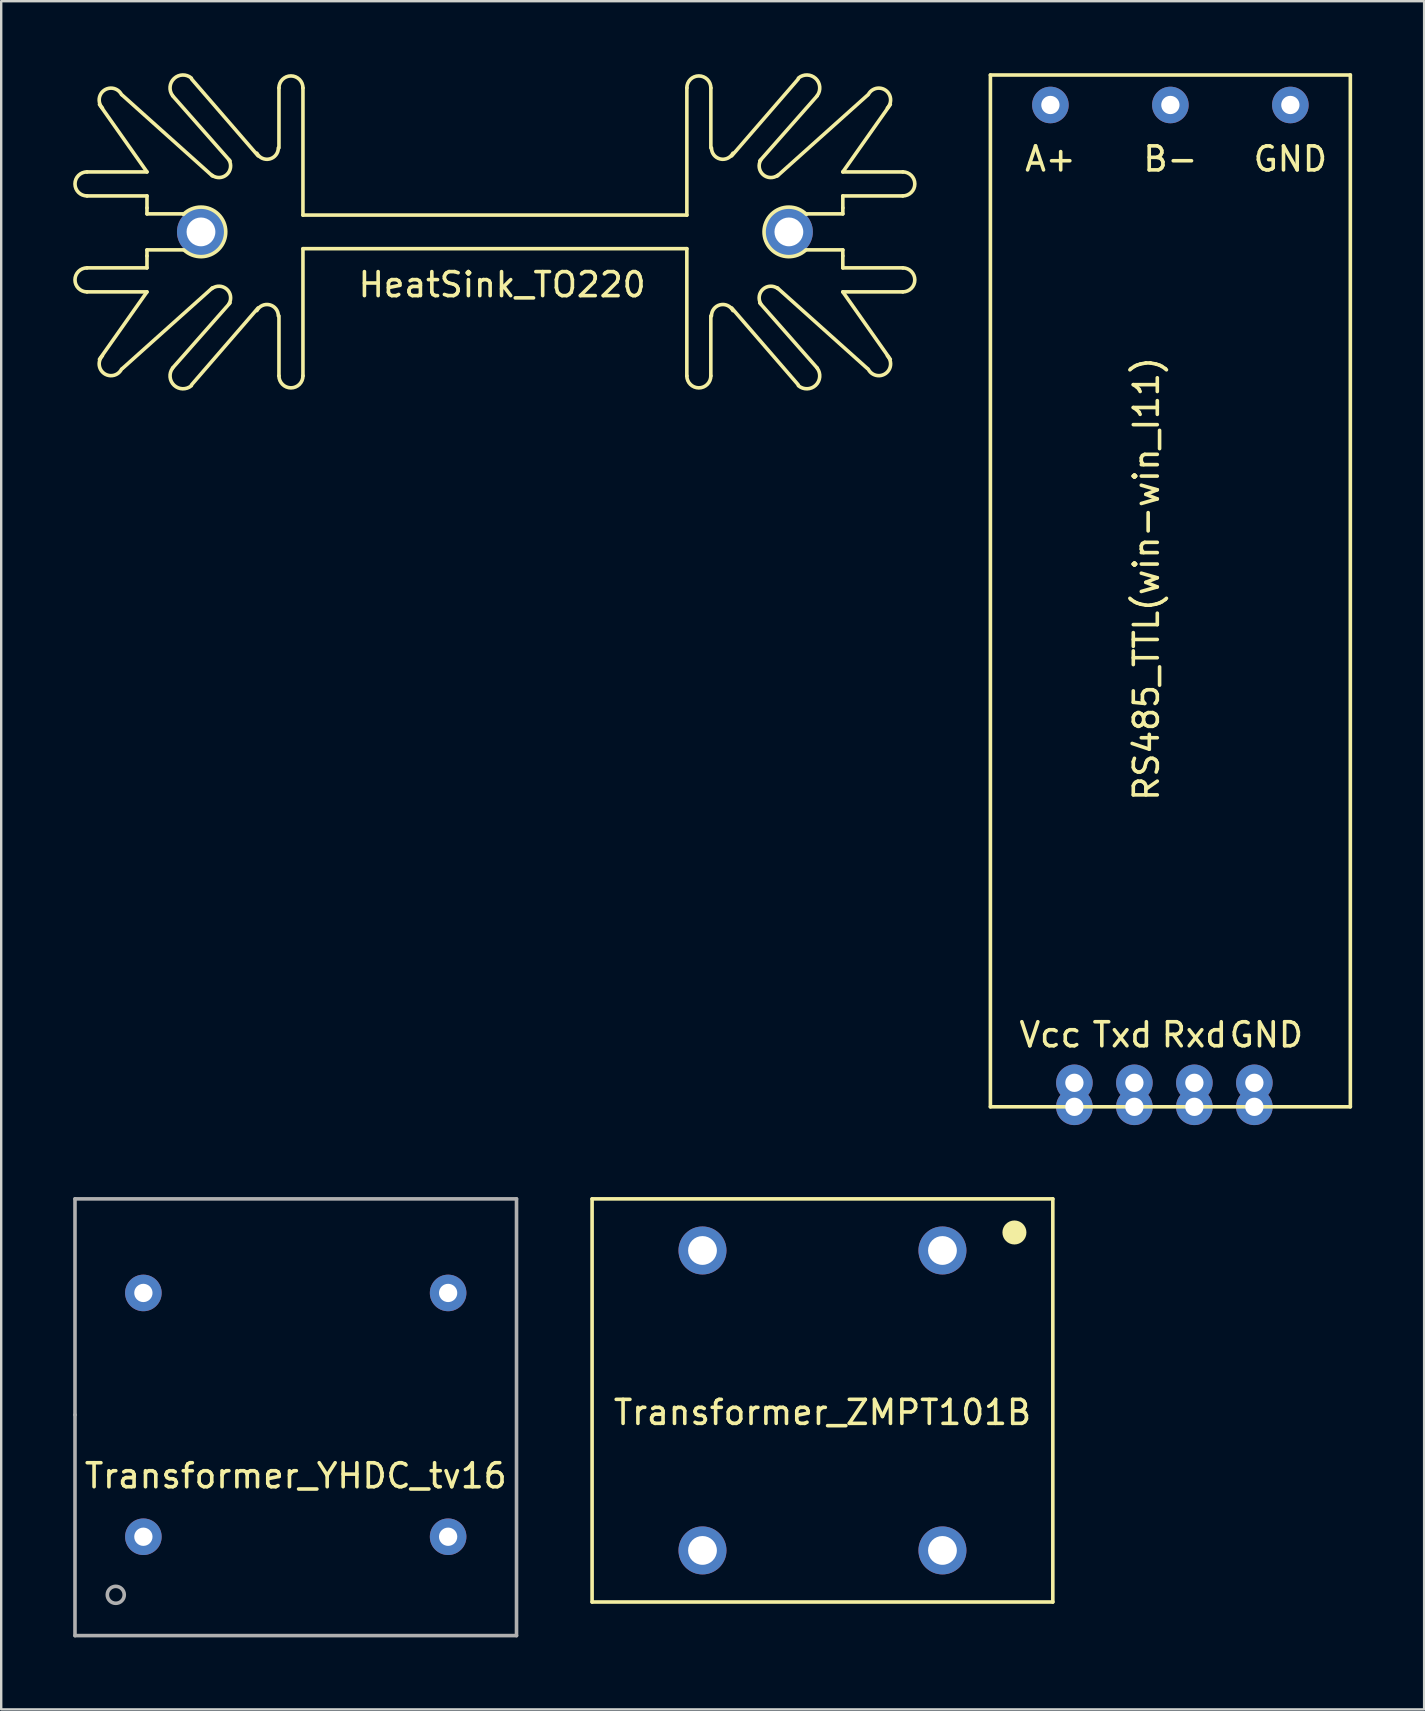
<source format=kicad_pcb>
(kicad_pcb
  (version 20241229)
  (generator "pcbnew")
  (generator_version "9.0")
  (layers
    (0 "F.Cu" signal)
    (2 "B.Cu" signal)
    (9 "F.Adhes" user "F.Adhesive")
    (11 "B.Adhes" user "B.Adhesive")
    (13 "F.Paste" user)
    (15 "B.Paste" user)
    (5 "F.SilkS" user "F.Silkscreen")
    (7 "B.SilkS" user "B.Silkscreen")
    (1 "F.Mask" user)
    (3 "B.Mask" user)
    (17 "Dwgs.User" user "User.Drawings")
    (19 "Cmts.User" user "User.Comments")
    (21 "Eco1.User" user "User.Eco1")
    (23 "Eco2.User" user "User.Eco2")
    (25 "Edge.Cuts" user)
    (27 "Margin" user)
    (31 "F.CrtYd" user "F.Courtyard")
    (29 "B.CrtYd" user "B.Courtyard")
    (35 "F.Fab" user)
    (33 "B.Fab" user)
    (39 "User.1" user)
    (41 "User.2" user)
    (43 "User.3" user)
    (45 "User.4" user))
  (footprint "HeatSink_TO220"
    (layer "F.Cu")
    (at 17.575 6.614)
    (property "Reference" "HeatSink_TO220" (at 0.3 2.2 0) (layer "F.SilkS") (effects (font (size 1 1) (thickness 0.15))))
    (attr through_hole)
    (fp_line (start -17 -1.5) (end -14.5 -1.5) (stroke (width 0.15) (type solid)) (layer "F.SilkS"))
    (fp_line (start -17 1.5) (end -14.5 1.5) (stroke (width 0.15) (type solid)) (layer "F.SilkS"))
    (fp_line (start -15.52 -5.69) (end -11.77 -2.33) (stroke (width 0.15) (type solid)) (layer "F.SilkS"))
    (fp_line (start -15.52 5.69) (end -11.77 2.33) (stroke (width 0.15) (type solid)) (layer "F.SilkS"))
    (fp_line (start -14.5 -2.5) (end -17 -2.5) (stroke (width 0.15) (type solid)) (layer "F.SilkS"))
    (fp_line (start -14.5 -2.5) (end -16.48 -5.31) (stroke (width 0.15) (type solid)) (layer "F.SilkS"))
    (fp_line (start -14.5 -1.5) (end -14.5 -1) (stroke (width 0.15) (type solid)) (layer "F.SilkS"))
    (fp_line (start -14.5 -1) (end -14.5 -0.75) (stroke (width 0.15) (type solid)) (layer "F.SilkS"))
    (fp_line (start -14.5 -0.75) (end -13 -0.75) (stroke (width 0.15) (type solid)) (layer "F.SilkS"))
    (fp_line (start -14.5 0.75) (end -13 0.75) (stroke (width 0.15) (type solid)) (layer "F.SilkS"))
    (fp_line (start -14.5 1) (end -14.5 0.75) (stroke (width 0.15) (type solid)) (layer "F.SilkS"))
    (fp_line (start -14.5 1.5) (end -14.5 1) (stroke (width 0.15) (type solid)) (layer "F.SilkS"))
    (fp_line (start -14.5 2.5) (end -17 2.5) (stroke (width 0.15) (type solid)) (layer "F.SilkS"))
    (fp_line (start -14.5 2.5) (end -16.48 5.31) (stroke (width 0.15) (type solid)) (layer "F.SilkS"))
    (fp_line (start -12.64 -6.37) (end -9.87 -3.17) (stroke (width 0.15) (type solid)) (layer "F.SilkS"))
    (fp_line (start -12.64 6.37) (end -9.87 3.17) (stroke (width 0.15) (type solid)) (layer "F.SilkS"))
    (fp_line (start -11.04 -2.96) (end -13.43 -5.67) (stroke (width 0.15) (type solid)) (layer "F.SilkS"))
    (fp_line (start -11.04 2.96) (end -13.43 5.67) (stroke (width 0.15) (type solid)) (layer "F.SilkS"))
    (fp_line (start -9 -6) (end -9 -3.5) (stroke (width 0.15) (type solid)) (layer "F.SilkS"))
    (fp_line (start -9 6) (end -9 3.5) (stroke (width 0.15) (type solid)) (layer "F.SilkS"))
    (fp_line (start -8 -0.7) (end -8 -6) (stroke (width 0.15) (type solid)) (layer "F.SilkS"))
    (fp_line (start -8 -0.7) (end 8 -0.7) (stroke (width 0.15) (type solid)) (layer "F.SilkS"))
    (fp_line (start -8 0.7) (end -8 6) (stroke (width 0.15) (type solid)) (layer "F.SilkS"))
    (fp_line (start 7.998 0.7) (end 7.998 6) (stroke (width 0.15) (type solid)) (layer "F.SilkS"))
    (fp_line (start 7.999 -0.7) (end 7.999 -6) (stroke (width 0.15) (type solid)) (layer "F.SilkS"))
    (fp_line (start 8 0.7) (end -8 0.7) (stroke (width 0.15) (type solid)) (layer "F.SilkS"))
    (fp_line (start 8.998 6) (end 8.998 3.5) (stroke (width 0.15) (type solid)) (layer "F.SilkS"))
    (fp_line (start 8.999 -6) (end 8.999 -3.5) (stroke (width 0.15) (type solid)) (layer "F.SilkS"))
    (fp_line (start 11.038 2.96) (end 13.428 5.67) (stroke (width 0.15) (type solid)) (layer "F.SilkS"))
    (fp_line (start 11.039 -2.96) (end 13.429 -5.67) (stroke (width 0.15) (type solid)) (layer "F.SilkS"))
    (fp_line (start 12.638 6.37) (end 9.868 3.17) (stroke (width 0.15) (type solid)) (layer "F.SilkS"))
    (fp_line (start 12.639 -6.37) (end 9.869 -3.17) (stroke (width 0.15) (type solid)) (layer "F.SilkS"))
    (fp_line (start 14.498 0.75) (end 12.998 0.75) (stroke (width 0.15) (type solid)) (layer "F.SilkS"))
    (fp_line (start 14.498 1) (end 14.498 0.75) (stroke (width 0.15) (type solid)) (layer "F.SilkS"))
    (fp_line (start 14.498 1.5) (end 14.498 1) (stroke (width 0.15) (type solid)) (layer "F.SilkS"))
    (fp_line (start 14.498 2.5) (end 16.478 5.31) (stroke (width 0.15) (type solid)) (layer "F.SilkS"))
    (fp_line (start 14.498 2.5) (end 16.998 2.5) (stroke (width 0.15) (type solid)) (layer "F.SilkS"))
    (fp_line (start 14.499 -2.5) (end 16.479 -5.31) (stroke (width 0.15) (type solid)) (layer "F.SilkS"))
    (fp_line (start 14.499 -2.5) (end 16.999 -2.5) (stroke (width 0.15) (type solid)) (layer "F.SilkS"))
    (fp_line (start 14.499 -1.5) (end 14.499 -1) (stroke (width 0.15) (type solid)) (layer "F.SilkS"))
    (fp_line (start 14.499 -1) (end 14.499 -0.75) (stroke (width 0.15) (type solid)) (layer "F.SilkS"))
    (fp_line (start 14.499 -0.75) (end 12.999 -0.75) (stroke (width 0.15) (type solid)) (layer "F.SilkS"))
    (fp_line (start 15.518 5.69) (end 11.768 2.33) (stroke (width 0.15) (type solid)) (layer "F.SilkS"))
    (fp_line (start 15.519 -5.69) (end 11.769 -2.33) (stroke (width 0.15) (type solid)) (layer "F.SilkS"))
    (fp_line (start 16.998 1.5) (end 14.498 1.5) (stroke (width 0.15) (type solid)) (layer "F.SilkS"))
    (fp_line (start 16.999 -1.5) (end 14.499 -1.5) (stroke (width 0.15) (type solid)) (layer "F.SilkS"))
    (fp_arc (start -17 -1.5) (mid -17.5 -2) (end -17 -2.5) (stroke (width 0.15) (type solid)) (layer "F.SilkS"))
    (fp_arc (start -16.999756 2.499735) (mid -17.499756 1.999735) (end -16.999756 1.499735) (stroke (width 0.15) (type solid)) (layer "F.SilkS"))
    (fp_arc (start -16.357641 -5.162224) (mid -16.281912 -5.903145) (end -15.56 -5.72) (stroke (width 0.15) (type solid)) (layer "F.SilkS"))
    (fp_arc (start -15.559756 5.719735) (mid -16.281668 5.90288) (end -16.357397 5.161959) (stroke (width 0.15) (type solid)) (layer "F.SilkS"))
    (fp_arc (start -13.432462 -5.678167) (mid -13.368232 -6.393707) (end -12.65 -6.41) (stroke (width 0.15) (type solid)) (layer "F.SilkS"))
    (fp_arc (start -12.980274 -0.730274) (mid -11.217333 -0.014143) (end -12.96 0.75) (stroke (width 0.15) (type solid)) (layer "F.SilkS"))
    (fp_arc (start -12.649756 6.409735) (mid -13.367988 6.393442) (end -13.432218 5.677902) (stroke (width 0.15) (type solid)) (layer "F.SilkS"))
    (fp_arc (start -11.789756 2.359735) (mid -11.17601 2.387259) (end -11.079602 2.99401) (stroke (width 0.15) (type solid)) (layer "F.SilkS"))
    (fp_arc (start -11.079846 -2.994275) (mid -11.176255 -2.387524) (end -11.79 -2.36) (stroke (width 0.15) (type solid)) (layer "F.SilkS"))
    (fp_arc (start -9.919756 3.279735) (mid -9.386475 3.039336) (end -9.025625 3.499735) (stroke (width 0.15) (type solid)) (layer "F.SilkS"))
    (fp_arc (start -9.025869 -3.5) (mid -9.386719 -3.039601) (end -9.92 -3.28) (stroke (width 0.15) (type solid)) (layer "F.SilkS"))
    (fp_arc (start -9 -6) (mid -8.5 -6.5) (end -8 -6) (stroke (width 0.15) (type solid)) (layer "F.SilkS"))
    (fp_arc (start -7.999756 5.999735) (mid -8.499756 6.499735) (end -8.999756 5.999735) (stroke (width 0.15) (type solid)) (layer "F.SilkS"))
    (fp_arc (start 7.998526 -6) (mid 8.498526 -6.5) (end 8.998526 -6) (stroke (width 0.15) (type solid)) (layer "F.SilkS"))
    (fp_arc (start 8.998282 5.999735) (mid 8.498282 6.499735) (end 7.998282 5.999735) (stroke (width 0.15) (type solid)) (layer "F.SilkS"))
    (fp_arc (start 9.024151 3.499735) (mid 9.385001 3.039336) (end 9.918282 3.279735) (stroke (width 0.15) (type solid)) (layer "F.SilkS"))
    (fp_arc (start 9.918526 -3.28) (mid 9.385245 -3.039601) (end 9.024395 -3.5) (stroke (width 0.15) (type solid)) (layer "F.SilkS"))
    (fp_arc (start 11.078128 2.99401) (mid 11.174537 2.387259) (end 11.788282 2.359735) (stroke (width 0.15) (type solid)) (layer "F.SilkS"))
    (fp_arc (start 11.788526 -2.36) (mid 11.17478 -2.387524) (end 11.078372 -2.994275) (stroke (width 0.15) (type solid)) (layer "F.SilkS"))
    (fp_arc (start 12.648526 -6.41) (mid 13.366758 -6.393707) (end 13.430988 -5.678167) (stroke (width 0.15) (type solid)) (layer "F.SilkS"))
    (fp_arc (start 12.958526 0.75) (mid 11.21586 -0.014143) (end 12.9788 -0.730274) (stroke (width 0.15) (type solid)) (layer "F.SilkS"))
    (fp_arc (start 13.430744 5.677902) (mid 13.366514 6.393442) (end 12.648282 6.409735) (stroke (width 0.15) (type solid)) (layer "F.SilkS"))
    (fp_arc (start 15.558526 -5.72) (mid 16.280438 -5.903145) (end 16.356167 -5.162224) (stroke (width 0.15) (type solid)) (layer "F.SilkS"))
    (fp_arc (start 16.355923 5.161959) (mid 16.280194 5.90288) (end 15.558282 5.719735) (stroke (width 0.15) (type solid)) (layer "F.SilkS"))
    (fp_arc (start 16.998282 1.499735) (mid 17.498282 1.999735) (end 16.998282 2.499735) (stroke (width 0.15) (type solid)) (layer "F.SilkS"))
    (fp_arc (start 16.998526 -2.5) (mid 17.498526 -2) (end 16.998526 -1.5) (stroke (width 0.15) (type solid)) (layer "F.SilkS"))
    (pad "1" thru_hole circle (at -12.25 0) (size 2 2) (drill 1.2) (layers "*.Cu" "*.Mask"))
    (pad "2" thru_hole circle (at 12.25 0) (size 2 2) (drill 1.2) (layers "*.Cu" "*.Mask")))
  (footprint "RS485_TTL(win-win_I11)"
    (layer "F.Cu")
    (at 45.724 21.575)
    (property "Reference" "RS485_TTL(win-win_I11)" (at -1 -0.5 270) (layer "F.SilkS") (effects (font (size 1 1) (thickness 0.15))))
    (attr through_hole)
    (fp_line (start -7.5 -21.5) (end 7.5 -21.5) (stroke (width 0.15) (type solid)) (layer "F.SilkS"))
    (fp_line (start -7.5 21.5) (end -7.5 -21.5) (stroke (width 0.15) (type solid)) (layer "F.SilkS"))
    (fp_line (start 7.5 -21.5) (end 7.5 21.5) (stroke (width 0.15) (type solid)) (layer "F.SilkS"))
    (fp_line (start 7.5 21.5) (end -7.5 21.5) (stroke (width 0.15) (type solid)) (layer "F.SilkS"))
    (fp_text user "Txd" (at -2 18.5 0) (layer "F.SilkS") (effects (font (size 1 1) (thickness 0.15))))
    (fp_text user "Vcc" (at -5 18.5 0) (layer "F.SilkS") (effects (font (size 1 1) (thickness 0.15))))
    (fp_text user "GND" (at 5 -18 0) (layer "F.SilkS") (effects (font (size 1 1) (thickness 0.15))))
    (fp_text user "B-" (at 0 -18 0) (layer "F.SilkS") (effects (font (size 1 1) (thickness 0.15))))
    (fp_text user "A+" (at -5 -18 0) (layer "F.SilkS") (effects (font (size 1 1) (thickness 0.15))))
    (fp_text user "GND" (at 4 18.5 0) (layer "F.SilkS") (effects (font (size 1 1) (thickness 0.15))))
    (fp_text user "Rxd" (at 1 18.5 0) (layer "F.SilkS") (effects (font (size 1 1) (thickness 0.15))))
    (pad "1" thru_hole circle (at -4 20.5) (size 1.524 1.524) (drill 0.762) (layers "*.Cu" "*.Mask"))
    (pad "1" thru_hole circle (at -4 21.5) (size 1.524 1.524) (drill 0.762) (layers "*.Cu" "*.Mask"))
    (pad "2" thru_hole circle (at -1.5 20.5) (size 1.524 1.524) (drill 0.762) (layers "*.Cu" "*.Mask"))
    (pad "2" thru_hole circle (at -1.5 21.5) (size 1.524 1.524) (drill 0.762) (layers "*.Cu" "*.Mask"))
    (pad "3" thru_hole circle (at 1 20.5) (size 1.524 1.524) (drill 0.762) (layers "*.Cu" "*.Mask"))
    (pad "3" thru_hole circle (at 1 21.5) (size 1.524 1.524) (drill 0.762) (layers "*.Cu" "*.Mask"))
    (pad "4" thru_hole circle (at 3.5 20.5) (size 1.524 1.524) (drill 0.762) (layers "*.Cu" "*.Mask"))
    (pad "4" thru_hole circle (at 3.5 21.5) (size 1.524 1.524) (drill 0.762) (layers "*.Cu" "*.Mask"))
    (pad "5" thru_hole circle (at -5 -20.25) (size 1.524 1.524) (drill 0.762) (layers "*.Cu" "*.Mask"))
    (pad "6" thru_hole circle (at 0 -20.25) (size 1.524 1.524) (drill 0.762) (layers "*.Cu" "*.Mask"))
    (pad "7" thru_hole circle (at 5 -20.25) (size 1.524 1.524) (drill 0.762) (layers "*.Cu" "*.Mask")))
  (footprint "Transformer_YHDC_tv16"
    (layer "F.Cu")
    (at 9.275 55.912)
    (property "Reference" "Transformer_YHDC_tv16" (at 0 2.54 0) (layer "F.SilkS") (effects (font (size 1 1) (thickness 0.15))))
    (attr through_hole)
    (fp_line (start -9.2 -9) (end -9.2 0) (stroke (width 0.15) (type solid)) (layer "F.Fab"))
    (fp_line (start -9.2 0) (end -9.2 9.2) (stroke (width 0.15) (type solid)) (layer "F.Fab"))
    (fp_line (start -9.2 9.2) (end 9.2 9.2) (stroke (width 0.15) (type solid)) (layer "F.Fab"))
    (fp_line (start 9.2 -9) (end -9.2 -9) (stroke (width 0.15) (type solid)) (layer "F.Fab"))
    (fp_line (start 9.2 9.2) (end 9.2 -9) (stroke (width 0.15) (type solid)) (layer "F.Fab"))
    (fp_circle (center -7.5 7.5) (end -7.25 7.25) (stroke (width 0.15) (type solid)) (fill no) (layer "F.Fab"))
    (pad "1" thru_hole circle (at -6.35 5.08) (size 1.524 1.524) (drill 0.762) (layers "*.Cu" "*.Mask"))
    (pad "2" thru_hole circle (at 6.35 5.08) (size 1.524 1.524) (drill 0.762) (layers "*.Cu" "*.Mask"))
    (pad "3" thru_hole circle (at 6.35 -5.08) (size 1.524 1.524) (drill 0.762) (layers "*.Cu" "*.Mask"))
    (pad "4" thru_hole circle (at -6.35 -5.08) (size 1.524 1.524) (drill 0.762) (layers "*.Cu" "*.Mask")))
  (footprint "Transformer_ZMPT101B"
    (layer "F.Cu")
    (at 31.225 55.312)
    (property "Reference" "Transformer_ZMPT101B" (at 0 0.5 0) (layer "F.SilkS") (effects (font (size 1 1) (thickness 0.15))))
    (attr through_hole)
    (fp_line (start -9.6 -8.4) (end -9.6 8.4) (stroke (width 0.15) (type solid)) (layer "F.SilkS"))
    (fp_line (start -9.6 8.4) (end 9.6 8.4) (stroke (width 0.15) (type solid)) (layer "F.SilkS"))
    (fp_line (start 9.6 -8.4) (end -9.6 -8.4) (stroke (width 0.15) (type solid)) (layer "F.SilkS"))
    (fp_line (start 9.6 8.4) (end 9.6 -8.4) (stroke (width 0.15) (type solid)) (layer "F.SilkS"))
    (fp_circle (center 8 -7) (end 8.25 -7) (stroke (width 0.5) (type solid)) (fill no) (layer "F.SilkS"))
    (pad "1" thru_hole circle (at 5 -6.25) (size 2 2) (drill 1.2) (layers "*.Cu" "*.Mask"))
    (pad "2" thru_hole circle (at 5 6.25) (size 2 2) (drill 1.2) (layers "*.Cu" "*.Mask"))
    (pad "3" thru_hole circle (at -5 -6.25) (size 2 2) (drill 1.2) (layers "*.Cu" "*.Mask"))
    (pad "4" thru_hole circle (at -5 6.25) (size 2 2) (drill 1.2) (layers "*.Cu" "*.Mask")))
  (gr_rect
    (start -3 -3)
    (end 56.299 68.187)
    (stroke (width 0.1) (type default))
    (fill no)
    (layer "Edge.Cuts")))
</source>
